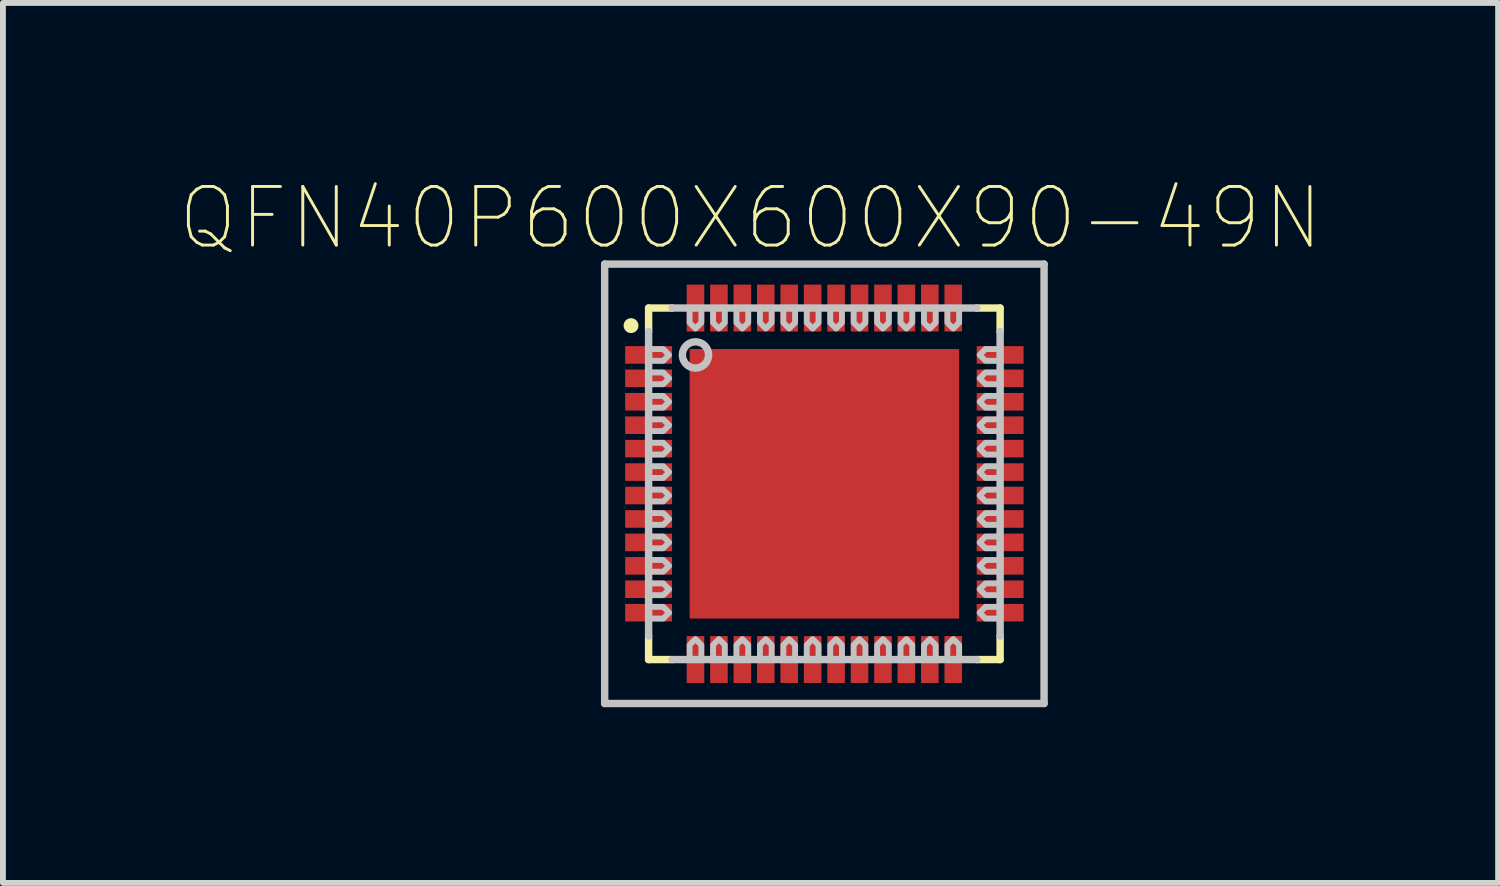
<source format=kicad_pcb>
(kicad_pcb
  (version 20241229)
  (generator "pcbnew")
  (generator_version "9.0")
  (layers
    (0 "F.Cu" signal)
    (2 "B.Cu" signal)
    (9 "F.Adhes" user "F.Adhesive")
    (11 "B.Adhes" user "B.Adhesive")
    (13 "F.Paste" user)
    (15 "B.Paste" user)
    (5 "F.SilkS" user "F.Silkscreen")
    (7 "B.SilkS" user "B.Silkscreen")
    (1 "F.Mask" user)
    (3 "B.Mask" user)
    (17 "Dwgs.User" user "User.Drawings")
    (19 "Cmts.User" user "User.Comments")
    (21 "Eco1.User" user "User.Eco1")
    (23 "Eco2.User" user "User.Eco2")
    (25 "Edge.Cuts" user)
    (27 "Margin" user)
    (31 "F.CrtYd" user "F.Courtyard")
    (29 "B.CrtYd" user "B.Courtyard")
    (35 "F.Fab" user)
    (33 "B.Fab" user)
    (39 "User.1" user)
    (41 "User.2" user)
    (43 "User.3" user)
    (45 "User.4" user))
  (footprint "QFN40P600X600X90-49N"
    (layer "F.Cu")
    (at 11.021 5.208)
    (property "Reference" "QFN40P600X600X90-49N" (at -1.26 -4.535 0) (layer "F.SilkS") (effects (font (size 1 1) (thickness 0.05))))
    (attr smd)
    (fp_poly (pts (xy -3.425 -2.375) (xy -2.575 -2.375) (xy -2.575 -2.025) (xy -3.425 -2.025)) (stroke (width 0.381) (type solid)) (fill yes) (layer "F.Mask"))
    (fp_poly (pts (xy -3.425 -1.975) (xy -2.575 -1.975) (xy -2.575 -1.625) (xy -3.425 -1.625)) (stroke (width 0.381) (type solid)) (fill yes) (layer "F.Mask"))
    (fp_poly (pts (xy -3.425 -1.575) (xy -2.575 -1.575) (xy -2.575 -1.225) (xy -3.425 -1.225)) (stroke (width 0.381) (type solid)) (fill yes) (layer "F.Mask"))
    (fp_poly (pts (xy -3.425 -1.175) (xy -2.575 -1.175) (xy -2.575 -0.825) (xy -3.425 -0.825)) (stroke (width 0.381) (type solid)) (fill yes) (layer "F.Mask"))
    (fp_poly (pts (xy -3.425 -0.775) (xy -2.575 -0.775) (xy -2.575 -0.425) (xy -3.425 -0.425)) (stroke (width 0.381) (type solid)) (fill yes) (layer "F.Mask"))
    (fp_poly (pts (xy -3.425 -0.375) (xy -2.575 -0.375) (xy -2.575 -0.025) (xy -3.425 -0.025)) (stroke (width 0.381) (type solid)) (fill yes) (layer "F.Mask"))
    (fp_poly (pts (xy -3.425 0.025) (xy -2.575 0.025) (xy -2.575 0.375) (xy -3.425 0.375)) (stroke (width 0.381) (type solid)) (fill yes) (layer "F.Mask"))
    (fp_poly (pts (xy -3.425 0.425) (xy -2.575 0.425) (xy -2.575 0.775) (xy -3.425 0.775)) (stroke (width 0.381) (type solid)) (fill yes) (layer "F.Mask"))
    (fp_poly (pts (xy -3.425 0.825) (xy -2.575 0.825) (xy -2.575 1.175) (xy -3.425 1.175)) (stroke (width 0.381) (type solid)) (fill yes) (layer "F.Mask"))
    (fp_poly (pts (xy -3.425 1.225) (xy -2.575 1.225) (xy -2.575 1.575) (xy -3.425 1.575)) (stroke (width 0.381) (type solid)) (fill yes) (layer "F.Mask"))
    (fp_poly (pts (xy -3.425 1.625) (xy -2.575 1.625) (xy -2.575 1.975) (xy -3.425 1.975)) (stroke (width 0.381) (type solid)) (fill yes) (layer "F.Mask"))
    (fp_poly (pts (xy -3.425 2.025) (xy -2.575 2.025) (xy -2.575 2.375) (xy -3.425 2.375)) (stroke (width 0.381) (type solid)) (fill yes) (layer "F.Mask"))
    (fp_poly (pts (xy -2.375 -2.575) (xy -2.375 -3.425) (xy -2.025 -3.425) (xy -2.025 -2.575)) (stroke (width 0.381) (type solid)) (fill yes) (layer "F.Mask"))
    (fp_poly (pts (xy -2.375 3.425) (xy -2.375 2.575) (xy -2.025 2.575) (xy -2.025 3.425)) (stroke (width 0.381) (type solid)) (fill yes) (layer "F.Mask"))
    (fp_poly (pts (xy -1.975 -2.575) (xy -1.975 -3.425) (xy -1.625 -3.425) (xy -1.625 -2.575)) (stroke (width 0.381) (type solid)) (fill yes) (layer "F.Mask"))
    (fp_poly (pts (xy -1.975 3.425) (xy -1.975 2.575) (xy -1.625 2.575) (xy -1.625 3.425)) (stroke (width 0.381) (type solid)) (fill yes) (layer "F.Mask"))
    (fp_poly (pts (xy -1.575 -2.575) (xy -1.575 -3.425) (xy -1.225 -3.425) (xy -1.225 -2.575)) (stroke (width 0.381) (type solid)) (fill yes) (layer "F.Mask"))
    (fp_poly (pts (xy -1.575 3.425) (xy -1.575 2.575) (xy -1.225 2.575) (xy -1.225 3.425)) (stroke (width 0.381) (type solid)) (fill yes) (layer "F.Mask"))
    (fp_poly (pts (xy -1.175 -2.575) (xy -1.175 -3.425) (xy -0.825 -3.425) (xy -0.825 -2.575)) (stroke (width 0.381) (type solid)) (fill yes) (layer "F.Mask"))
    (fp_poly (pts (xy -1.175 3.425) (xy -1.175 2.575) (xy -0.825 2.575) (xy -0.825 3.425)) (stroke (width 0.381) (type solid)) (fill yes) (layer "F.Mask"))
    (fp_poly (pts (xy -0.775 -2.575) (xy -0.775 -3.425) (xy -0.425 -3.425) (xy -0.425 -2.575)) (stroke (width 0.381) (type solid)) (fill yes) (layer "F.Mask"))
    (fp_poly (pts (xy -0.775 3.425) (xy -0.775 2.575) (xy -0.425 2.575) (xy -0.425 3.425)) (stroke (width 0.381) (type solid)) (fill yes) (layer "F.Mask"))
    (fp_poly (pts (xy -0.375 -2.575) (xy -0.375 -3.425) (xy -0.025 -3.425) (xy -0.025 -2.575)) (stroke (width 0.381) (type solid)) (fill yes) (layer "F.Mask"))
    (fp_poly (pts (xy -0.375 3.425) (xy -0.375 2.575) (xy -0.025 2.575) (xy -0.025 3.425)) (stroke (width 0.381) (type solid)) (fill yes) (layer "F.Mask"))
    (fp_poly (pts (xy 0.025 -2.575) (xy 0.025 -3.425) (xy 0.375 -3.425) (xy 0.375 -2.575)) (stroke (width 0.381) (type solid)) (fill yes) (layer "F.Mask"))
    (fp_poly (pts (xy 0.025 3.425) (xy 0.025 2.575) (xy 0.375 2.575) (xy 0.375 3.425)) (stroke (width 0.381) (type solid)) (fill yes) (layer "F.Mask"))
    (fp_poly (pts (xy 0.425 -2.575) (xy 0.425 -3.425) (xy 0.775 -3.425) (xy 0.775 -2.575)) (stroke (width 0.381) (type solid)) (fill yes) (layer "F.Mask"))
    (fp_poly (pts (xy 0.425 3.425) (xy 0.425 2.575) (xy 0.775 2.575) (xy 0.775 3.425)) (stroke (width 0.381) (type solid)) (fill yes) (layer "F.Mask"))
    (fp_poly (pts (xy 0.825 -2.575) (xy 0.825 -3.425) (xy 1.175 -3.425) (xy 1.175 -2.575)) (stroke (width 0.381) (type solid)) (fill yes) (layer "F.Mask"))
    (fp_poly (pts (xy 0.825 3.425) (xy 0.825 2.575) (xy 1.175 2.575) (xy 1.175 3.425)) (stroke (width 0.381) (type solid)) (fill yes) (layer "F.Mask"))
    (fp_poly (pts (xy 1.225 -2.575) (xy 1.225 -3.425) (xy 1.575 -3.425) (xy 1.575 -2.575)) (stroke (width 0.381) (type solid)) (fill yes) (layer "F.Mask"))
    (fp_poly (pts (xy 1.225 3.425) (xy 1.225 2.575) (xy 1.575 2.575) (xy 1.575 3.425)) (stroke (width 0.381) (type solid)) (fill yes) (layer "F.Mask"))
    (fp_poly (pts (xy 1.625 -2.575) (xy 1.625 -3.425) (xy 1.975 -3.425) (xy 1.975 -2.575)) (stroke (width 0.381) (type solid)) (fill yes) (layer "F.Mask"))
    (fp_poly (pts (xy 1.625 3.425) (xy 1.625 2.575) (xy 1.975 2.575) (xy 1.975 3.425)) (stroke (width 0.381) (type solid)) (fill yes) (layer "F.Mask"))
    (fp_poly (pts (xy 2.025 -2.575) (xy 2.025 -3.425) (xy 2.375 -3.425) (xy 2.375 -2.575)) (stroke (width 0.381) (type solid)) (fill yes) (layer "F.Mask"))
    (fp_poly (pts (xy 2.025 3.425) (xy 2.025 2.575) (xy 2.375 2.575) (xy 2.375 3.425)) (stroke (width 0.381) (type solid)) (fill yes) (layer "F.Mask"))
    (fp_poly (pts (xy 2.575 -2.375) (xy 3.425 -2.375) (xy 3.425 -2.025) (xy 2.575 -2.025)) (stroke (width 0.381) (type solid)) (fill yes) (layer "F.Mask"))
    (fp_poly (pts (xy 2.575 -1.975) (xy 3.425 -1.975) (xy 3.425 -1.625) (xy 2.575 -1.625)) (stroke (width 0.381) (type solid)) (fill yes) (layer "F.Mask"))
    (fp_poly (pts (xy 2.575 -1.575) (xy 3.425 -1.575) (xy 3.425 -1.225) (xy 2.575 -1.225)) (stroke (width 0.381) (type solid)) (fill yes) (layer "F.Mask"))
    (fp_poly (pts (xy 2.575 -1.175) (xy 3.425 -1.175) (xy 3.425 -0.825) (xy 2.575 -0.825)) (stroke (width 0.381) (type solid)) (fill yes) (layer "F.Mask"))
    (fp_poly (pts (xy 2.575 -0.775) (xy 3.425 -0.775) (xy 3.425 -0.425) (xy 2.575 -0.425)) (stroke (width 0.381) (type solid)) (fill yes) (layer "F.Mask"))
    (fp_poly (pts (xy 2.575 -0.375) (xy 3.425 -0.375) (xy 3.425 -0.025) (xy 2.575 -0.025)) (stroke (width 0.381) (type solid)) (fill yes) (layer "F.Mask"))
    (fp_poly (pts (xy 2.575 0.025) (xy 3.425 0.025) (xy 3.425 0.375) (xy 2.575 0.375)) (stroke (width 0.381) (type solid)) (fill yes) (layer "F.Mask"))
    (fp_poly (pts (xy 2.575 0.425) (xy 3.425 0.425) (xy 3.425 0.775) (xy 2.575 0.775)) (stroke (width 0.381) (type solid)) (fill yes) (layer "F.Mask"))
    (fp_poly (pts (xy 2.575 0.825) (xy 3.425 0.825) (xy 3.425 1.175) (xy 2.575 1.175)) (stroke (width 0.381) (type solid)) (fill yes) (layer "F.Mask"))
    (fp_poly (pts (xy 2.575 1.225) (xy 3.425 1.225) (xy 3.425 1.575) (xy 2.575 1.575)) (stroke (width 0.381) (type solid)) (fill yes) (layer "F.Mask"))
    (fp_poly (pts (xy 2.575 1.625) (xy 3.425 1.625) (xy 3.425 1.975) (xy 2.575 1.975)) (stroke (width 0.381) (type solid)) (fill yes) (layer "F.Mask"))
    (fp_poly (pts (xy 2.575 2.025) (xy 3.425 2.025) (xy 3.425 2.375) (xy 2.575 2.375)) (stroke (width 0.381) (type solid)) (fill yes) (layer "F.Mask"))
    (fp_line (start -3 -3) (end -2.6 -3) (stroke (width 0.127) (type solid)) (layer "F.SilkS"))
    (fp_line (start -3 -2.6) (end -3 -3) (stroke (width 0.127) (type solid)) (layer "F.SilkS"))
    (fp_line (start -3 3) (end -3 2.6) (stroke (width 0.127) (type solid)) (layer "F.SilkS"))
    (fp_line (start -2.6 3) (end -3 3) (stroke (width 0.127) (type solid)) (layer "F.SilkS"))
    (fp_line (start 2.6 -3) (end 3 -3) (stroke (width 0.127) (type solid)) (layer "F.SilkS"))
    (fp_line (start 3 -3) (end 3 -2.6) (stroke (width 0.127) (type solid)) (layer "F.SilkS"))
    (fp_line (start 3 2.6) (end 3 3) (stroke (width 0.127) (type solid)) (layer "F.SilkS"))
    (fp_line (start 3 3) (end 2.6 3) (stroke (width 0.127) (type solid)) (layer "F.SilkS"))
    (fp_circle (center -3.3 -2.7) (end -3.173 -2.7) (stroke (width 0) (type solid)) (fill yes) (layer "F.SilkS"))
    (fp_poly (pts (xy -1.45 -1.45) (xy 1.45 -1.45) (xy 1.45 1.45) (xy -1.45 1.45)) (stroke (width 0.381) (type solid)) (fill yes) (layer "F.Paste"))
    (fp_line (start -3.75 -3.75) (end 3.75 -3.75) (stroke (width 0.127) (type solid)) (layer "Dwgs.User"))
    (fp_line (start -3.75 3.75) (end -3.75 -3.75) (stroke (width 0.127) (type solid)) (layer "Dwgs.User"))
    (fp_line (start -3 2.6) (end -3 -2.6) (stroke (width 0.127) (type solid)) (layer "Dwgs.User"))
    (fp_line (start -2.6 -3) (end 2.6 -3) (stroke (width 0.127) (type solid)) (layer "Dwgs.User"))
    (fp_line (start 2.6 3) (end -2.6 3) (stroke (width 0.127) (type solid)) (layer "Dwgs.User"))
    (fp_line (start 3 2.6) (end 3 -2.6) (stroke (width 0.127) (type solid)) (layer "Dwgs.User"))
    (fp_line (start 3.75 -3.75) (end 3.75 3.75) (stroke (width 0.127) (type solid)) (layer "Dwgs.User"))
    (fp_line (start 3.75 3.75) (end -3.75 3.75) (stroke (width 0.127) (type solid)) (layer "Dwgs.User"))
    (fp_circle (center -2.2 -2.2) (end -1.976 -2.2) (stroke (width 0.127) (type solid)) (fill no) (layer "Dwgs.User"))
    (fp_poly (pts (xy -3 -2.3) (xy -2.75 -2.3) (xy -2.65 -2.2) (xy -2.75 -2.1) (xy -3 -2.1)) (stroke (width 0.1) (type solid)) (fill no) (layer "Dwgs.User"))
    (fp_poly (pts (xy -3 -1.9) (xy -2.75 -1.9) (xy -2.65 -1.8) (xy -2.75 -1.7) (xy -3 -1.7)) (stroke (width 0.1) (type solid)) (fill no) (layer "Dwgs.User"))
    (fp_poly (pts (xy -3 -1.5) (xy -2.75 -1.5) (xy -2.65 -1.4) (xy -2.75 -1.3) (xy -3 -1.3)) (stroke (width 0.1) (type solid)) (fill no) (layer "Dwgs.User"))
    (fp_poly (pts (xy -3 -1.1) (xy -2.75 -1.1) (xy -2.65 -1) (xy -2.75 -0.9) (xy -3 -0.9)) (stroke (width 0.1) (type solid)) (fill no) (layer "Dwgs.User"))
    (fp_poly (pts (xy -3 -0.7) (xy -2.75 -0.7) (xy -2.65 -0.6) (xy -2.75 -0.5) (xy -3 -0.5)) (stroke (width 0.1) (type solid)) (fill no) (layer "Dwgs.User"))
    (fp_poly (pts (xy -3 -0.3) (xy -2.75 -0.3) (xy -2.65 -0.2) (xy -2.75 -0.1) (xy -3 -0.1)) (stroke (width 0.1) (type solid)) (fill no) (layer "Dwgs.User"))
    (fp_poly (pts (xy -3 0.1) (xy -2.75 0.1) (xy -2.65 0.2) (xy -2.75 0.3) (xy -3 0.3)) (stroke (width 0.1) (type solid)) (fill no) (layer "Dwgs.User"))
    (fp_poly (pts (xy -3 0.5) (xy -2.75 0.5) (xy -2.65 0.6) (xy -2.75 0.7) (xy -3 0.7)) (stroke (width 0.1) (type solid)) (fill no) (layer "Dwgs.User"))
    (fp_poly (pts (xy -3 0.9) (xy -2.75 0.9) (xy -2.65 1) (xy -2.75 1.1) (xy -3 1.1)) (stroke (width 0.1) (type solid)) (fill no) (layer "Dwgs.User"))
    (fp_poly (pts (xy -3 1.3) (xy -2.75 1.3) (xy -2.65 1.4) (xy -2.75 1.5) (xy -3 1.5)) (stroke (width 0.1) (type solid)) (fill no) (layer "Dwgs.User"))
    (fp_poly (pts (xy -3 1.7) (xy -2.75 1.7) (xy -2.65 1.8) (xy -2.75 1.9) (xy -3 1.9)) (stroke (width 0.1) (type solid)) (fill no) (layer "Dwgs.User"))
    (fp_poly (pts (xy -3 2.1) (xy -2.75 2.1) (xy -2.65 2.2) (xy -2.75 2.3) (xy -3 2.3)) (stroke (width 0.1) (type solid)) (fill no) (layer "Dwgs.User"))
    (fp_poly (pts (xy -2.3 3) (xy -2.3 2.75) (xy -2.2 2.65) (xy -2.1 2.75) (xy -2.1 3)) (stroke (width 0.1) (type solid)) (fill no) (layer "Dwgs.User"))
    (fp_poly (pts (xy -2.1 -3) (xy -2.1 -2.75) (xy -2.2 -2.65) (xy -2.3 -2.75) (xy -2.3 -3)) (stroke (width 0.1) (type solid)) (fill no) (layer "Dwgs.User"))
    (fp_poly (pts (xy -1.9 3) (xy -1.9 2.75) (xy -1.8 2.65) (xy -1.7 2.75) (xy -1.7 3)) (stroke (width 0.1) (type solid)) (fill no) (layer "Dwgs.User"))
    (fp_poly (pts (xy -1.7 -3) (xy -1.7 -2.75) (xy -1.8 -2.65) (xy -1.9 -2.75) (xy -1.9 -3)) (stroke (width 0.1) (type solid)) (fill no) (layer "Dwgs.User"))
    (fp_poly (pts (xy -1.5 3) (xy -1.5 2.75) (xy -1.4 2.65) (xy -1.3 2.75) (xy -1.3 3)) (stroke (width 0.1) (type solid)) (fill no) (layer "Dwgs.User"))
    (fp_poly (pts (xy -1.3 -3) (xy -1.3 -2.75) (xy -1.4 -2.65) (xy -1.5 -2.75) (xy -1.5 -3)) (stroke (width 0.1) (type solid)) (fill no) (layer "Dwgs.User"))
    (fp_poly (pts (xy -1.1 3) (xy -1.1 2.75) (xy -1 2.65) (xy -0.9 2.75) (xy -0.9 3)) (stroke (width 0.1) (type solid)) (fill no) (layer "Dwgs.User"))
    (fp_poly (pts (xy -0.9 -3) (xy -0.9 -2.75) (xy -1 -2.65) (xy -1.1 -2.75) (xy -1.1 -3)) (stroke (width 0.1) (type solid)) (fill no) (layer "Dwgs.User"))
    (fp_poly (pts (xy -0.7 3) (xy -0.7 2.75) (xy -0.6 2.65) (xy -0.5 2.75) (xy -0.5 3)) (stroke (width 0.1) (type solid)) (fill no) (layer "Dwgs.User"))
    (fp_poly (pts (xy -0.5 -3) (xy -0.5 -2.75) (xy -0.6 -2.65) (xy -0.7 -2.75) (xy -0.7 -3)) (stroke (width 0.1) (type solid)) (fill no) (layer "Dwgs.User"))
    (fp_poly (pts (xy -0.3 3) (xy -0.3 2.75) (xy -0.2 2.65) (xy -0.1 2.75) (xy -0.1 3)) (stroke (width 0.1) (type solid)) (fill no) (layer "Dwgs.User"))
    (fp_poly (pts (xy -0.1 -3) (xy -0.1 -2.75) (xy -0.2 -2.65) (xy -0.3 -2.75) (xy -0.3 -3)) (stroke (width 0.1) (type solid)) (fill no) (layer "Dwgs.User"))
    (fp_poly (pts (xy 0.1 3) (xy 0.1 2.75) (xy 0.2 2.65) (xy 0.3 2.75) (xy 0.3 3)) (stroke (width 0.1) (type solid)) (fill no) (layer "Dwgs.User"))
    (fp_poly (pts (xy 0.3 -3) (xy 0.3 -2.75) (xy 0.2 -2.65) (xy 0.1 -2.75) (xy 0.1 -3)) (stroke (width 0.1) (type solid)) (fill no) (layer "Dwgs.User"))
    (fp_poly (pts (xy 0.5 3) (xy 0.5 2.75) (xy 0.6 2.65) (xy 0.7 2.75) (xy 0.7 3)) (stroke (width 0.1) (type solid)) (fill no) (layer "Dwgs.User"))
    (fp_poly (pts (xy 0.7 -3) (xy 0.7 -2.75) (xy 0.6 -2.65) (xy 0.5 -2.75) (xy 0.5 -3)) (stroke (width 0.1) (type solid)) (fill no) (layer "Dwgs.User"))
    (fp_poly (pts (xy 0.9 3) (xy 0.9 2.75) (xy 1 2.65) (xy 1.1 2.75) (xy 1.1 3)) (stroke (width 0.1) (type solid)) (fill no) (layer "Dwgs.User"))
    (fp_poly (pts (xy 1.1 -3) (xy 1.1 -2.75) (xy 1 -2.65) (xy 0.9 -2.75) (xy 0.9 -3)) (stroke (width 0.1) (type solid)) (fill no) (layer "Dwgs.User"))
    (fp_poly (pts (xy 1.3 3) (xy 1.3 2.75) (xy 1.4 2.65) (xy 1.5 2.75) (xy 1.5 3)) (stroke (width 0.1) (type solid)) (fill no) (layer "Dwgs.User"))
    (fp_poly (pts (xy 1.5 -3) (xy 1.5 -2.75) (xy 1.4 -2.65) (xy 1.3 -2.75) (xy 1.3 -3)) (stroke (width 0.1) (type solid)) (fill no) (layer "Dwgs.User"))
    (fp_poly (pts (xy 1.7 3) (xy 1.7 2.75) (xy 1.8 2.65) (xy 1.9 2.75) (xy 1.9 3)) (stroke (width 0.1) (type solid)) (fill no) (layer "Dwgs.User"))
    (fp_poly (pts (xy 1.9 -3) (xy 1.9 -2.75) (xy 1.8 -2.65) (xy 1.7 -2.75) (xy 1.7 -3)) (stroke (width 0.1) (type solid)) (fill no) (layer "Dwgs.User"))
    (fp_poly (pts (xy 2.1 3) (xy 2.1 2.75) (xy 2.2 2.65) (xy 2.3 2.75) (xy 2.3 3)) (stroke (width 0.1) (type solid)) (fill no) (layer "Dwgs.User"))
    (fp_poly (pts (xy 2.3 -3) (xy 2.3 -2.75) (xy 2.2 -2.65) (xy 2.1 -2.75) (xy 2.1 -3)) (stroke (width 0.1) (type solid)) (fill no) (layer "Dwgs.User"))
    (fp_poly (pts (xy 3 -2.1) (xy 2.75 -2.1) (xy 2.65 -2.2) (xy 2.75 -2.3) (xy 3 -2.3)) (stroke (width 0.1) (type solid)) (fill no) (layer "Dwgs.User"))
    (fp_poly (pts (xy 3 -1.7) (xy 2.75 -1.7) (xy 2.65 -1.8) (xy 2.75 -1.9) (xy 3 -1.9)) (stroke (width 0.1) (type solid)) (fill no) (layer "Dwgs.User"))
    (fp_poly (pts (xy 3 -1.3) (xy 2.75 -1.3) (xy 2.65 -1.4) (xy 2.75 -1.5) (xy 3 -1.5)) (stroke (width 0.1) (type solid)) (fill no) (layer "Dwgs.User"))
    (fp_poly (pts (xy 3 -0.9) (xy 2.75 -0.9) (xy 2.65 -1) (xy 2.75 -1.1) (xy 3 -1.1)) (stroke (width 0.1) (type solid)) (fill no) (layer "Dwgs.User"))
    (fp_poly (pts (xy 3 -0.5) (xy 2.75 -0.5) (xy 2.65 -0.6) (xy 2.75 -0.7) (xy 3 -0.7)) (stroke (width 0.1) (type solid)) (fill no) (layer "Dwgs.User"))
    (fp_poly (pts (xy 3 -0.1) (xy 2.75 -0.1) (xy 2.65 -0.2) (xy 2.75 -0.3) (xy 3 -0.3)) (stroke (width 0.1) (type solid)) (fill no) (layer "Dwgs.User"))
    (fp_poly (pts (xy 3 0.3) (xy 2.75 0.3) (xy 2.65 0.2) (xy 2.75 0.1) (xy 3 0.1)) (stroke (width 0.1) (type solid)) (fill no) (layer "Dwgs.User"))
    (fp_poly (pts (xy 3 0.7) (xy 2.75 0.7) (xy 2.65 0.6) (xy 2.75 0.5) (xy 3 0.5)) (stroke (width 0.1) (type solid)) (fill no) (layer "Dwgs.User"))
    (fp_poly (pts (xy 3 1.1) (xy 2.75 1.1) (xy 2.65 1) (xy 2.75 0.9) (xy 3 0.9)) (stroke (width 0.1) (type solid)) (fill no) (layer "Dwgs.User"))
    (fp_poly (pts (xy 3 1.5) (xy 2.75 1.5) (xy 2.65 1.4) (xy 2.75 1.3) (xy 3 1.3)) (stroke (width 0.1) (type solid)) (fill no) (layer "Dwgs.User"))
    (fp_poly (pts (xy 3 1.9) (xy 2.75 1.9) (xy 2.65 1.8) (xy 2.75 1.7) (xy 3 1.7)) (stroke (width 0.1) (type solid)) (fill no) (layer "Dwgs.User"))
    (fp_poly (pts (xy 3 2.3) (xy 2.75 2.3) (xy 2.65 2.2) (xy 2.75 2.1) (xy 3 2.1)) (stroke (width 0.1) (type solid)) (fill no) (layer "Dwgs.User"))
    (pad "1" smd rect (at -3 -2.2) (size 0.8 0.3) (layers "F.Cu" "F.Mask" "F.Paste"))
    (pad "2" smd rect (at -3 -1.8) (size 0.8 0.3) (layers "F.Cu" "F.Mask" "F.Paste"))
    (pad "3" smd rect (at -3 -1.4) (size 0.8 0.3) (layers "F.Cu" "F.Mask" "F.Paste"))
    (pad "4" smd rect (at -3 -1) (size 0.8 0.3) (layers "F.Cu" "F.Mask" "F.Paste"))
    (pad "5" smd rect (at -3 -0.6) (size 0.8 0.3) (layers "F.Cu" "F.Mask" "F.Paste"))
    (pad "6" smd rect (at -3 -0.2) (size 0.8 0.3) (layers "F.Cu" "F.Mask" "F.Paste"))
    (pad "7" smd rect (at -3 0.2) (size 0.8 0.3) (layers "F.Cu" "F.Mask" "F.Paste"))
    (pad "8" smd rect (at -3 0.6) (size 0.8 0.3) (layers "F.Cu" "F.Mask" "F.Paste"))
    (pad "9" smd rect (at -3 1) (size 0.8 0.3) (layers "F.Cu" "F.Mask" "F.Paste"))
    (pad "10" smd rect (at -3 1.4) (size 0.8 0.3) (layers "F.Cu" "F.Mask" "F.Paste"))
    (pad "11" smd rect (at -3 1.8) (size 0.8 0.3) (layers "F.Cu" "F.Mask" "F.Paste"))
    (pad "12" smd rect (at -3 2.2) (size 0.8 0.3) (layers "F.Cu" "F.Mask" "F.Paste"))
    (pad "13" smd rect (at -2.2 3 90) (size 0.8 0.3) (layers "F.Cu" "F.Mask" "F.Paste"))
    (pad "14" smd rect (at -1.8 3 90) (size 0.8 0.3) (layers "F.Cu" "F.Mask" "F.Paste"))
    (pad "15" smd rect (at -1.4 3 90) (size 0.8 0.3) (layers "F.Cu" "F.Mask" "F.Paste"))
    (pad "16" smd rect (at -1 3 90) (size 0.8 0.3) (layers "F.Cu" "F.Mask" "F.Paste"))
    (pad "17" smd rect (at -0.6 3 90) (size 0.8 0.3) (layers "F.Cu" "F.Mask" "F.Paste"))
    (pad "18" smd rect (at -0.2 3 90) (size 0.8 0.3) (layers "F.Cu" "F.Mask" "F.Paste"))
    (pad "19" smd rect (at 0.2 3 90) (size 0.8 0.3) (layers "F.Cu" "F.Mask" "F.Paste"))
    (pad "20" smd rect (at 0.6 3 90) (size 0.8 0.3) (layers "F.Cu" "F.Mask" "F.Paste"))
    (pad "21" smd rect (at 1 3 90) (size 0.8 0.3) (layers "F.Cu" "F.Mask" "F.Paste"))
    (pad "22" smd rect (at 1.4 3 90) (size 0.8 0.3) (layers "F.Cu" "F.Mask" "F.Paste"))
    (pad "23" smd rect (at 1.8 3 90) (size 0.8 0.3) (layers "F.Cu" "F.Mask" "F.Paste"))
    (pad "24" smd rect (at 2.2 3 90) (size 0.8 0.3) (layers "F.Cu" "F.Mask" "F.Paste"))
    (pad "25" smd rect (at 3 2.2 180) (size 0.8 0.3) (layers "F.Cu" "F.Mask" "F.Paste"))
    (pad "26" smd rect (at 3 1.8 180) (size 0.8 0.3) (layers "F.Cu" "F.Mask" "F.Paste"))
    (pad "27" smd rect (at 3 1.4 180) (size 0.8 0.3) (layers "F.Cu" "F.Mask" "F.Paste"))
    (pad "28" smd rect (at 3 1 180) (size 0.8 0.3) (layers "F.Cu" "F.Mask" "F.Paste"))
    (pad "29" smd rect (at 3 0.6 180) (size 0.8 0.3) (layers "F.Cu" "F.Mask" "F.Paste"))
    (pad "30" smd rect (at 3 0.2 180) (size 0.8 0.3) (layers "F.Cu" "F.Mask" "F.Paste"))
    (pad "31" smd rect (at 3 -0.2 180) (size 0.8 0.3) (layers "F.Cu" "F.Mask" "F.Paste"))
    (pad "32" smd rect (at 3 -0.6 180) (size 0.8 0.3) (layers "F.Cu" "F.Mask" "F.Paste"))
    (pad "33" smd rect (at 3 -1 180) (size 0.8 0.3) (layers "F.Cu" "F.Mask" "F.Paste"))
    (pad "34" smd rect (at 3 -1.4 180) (size 0.8 0.3) (layers "F.Cu" "F.Mask" "F.Paste"))
    (pad "35" smd rect (at 3 -1.8 180) (size 0.8 0.3) (layers "F.Cu" "F.Mask" "F.Paste"))
    (pad "36" smd rect (at 3 -2.2 180) (size 0.8 0.3) (layers "F.Cu" "F.Mask" "F.Paste"))
    (pad "37" smd rect (at 2.2 -3 270) (size 0.8 0.3) (layers "F.Cu" "F.Mask" "F.Paste"))
    (pad "38" smd rect (at 1.8 -3 270) (size 0.8 0.3) (layers "F.Cu" "F.Mask" "F.Paste"))
    (pad "39" smd rect (at 1.4 -3 270) (size 0.8 0.3) (layers "F.Cu" "F.Mask" "F.Paste"))
    (pad "40" smd rect (at 1 -3 270) (size 0.8 0.3) (layers "F.Cu" "F.Mask" "F.Paste"))
    (pad "41" smd rect (at 0.6 -3 270) (size 0.8 0.3) (layers "F.Cu" "F.Mask" "F.Paste"))
    (pad "42" smd rect (at 0.2 -3 270) (size 0.8 0.3) (layers "F.Cu" "F.Mask" "F.Paste"))
    (pad "43" smd rect (at -0.2 -3 270) (size 0.8 0.3) (layers "F.Cu" "F.Mask" "F.Paste"))
    (pad "44" smd rect (at -0.6 -3 270) (size 0.8 0.3) (layers "F.Cu" "F.Mask" "F.Paste"))
    (pad "45" smd rect (at -1 -3 270) (size 0.8 0.3) (layers "F.Cu" "F.Mask" "F.Paste"))
    (pad "46" smd rect (at -1.4 -3 270) (size 0.8 0.3) (layers "F.Cu" "F.Mask" "F.Paste"))
    (pad "47" smd rect (at -1.8 -3 270) (size 0.8 0.3) (layers "F.Cu" "F.Mask" "F.Paste"))
    (pad "48" smd rect (at -2.2 -3 270) (size 0.8 0.3) (layers "F.Cu" "F.Mask" "F.Paste"))
    (pad "49" smd rect (at 0 0) (size 4.6 4.6) (layers "F.Cu" "F.Mask" "F.Paste")))
  (gr_rect
    (start -3 -3)
    (end 22.521 12.021)
    (stroke (width 0.1) (type default))
    (fill no)
    (layer "Edge.Cuts")))
</source>
